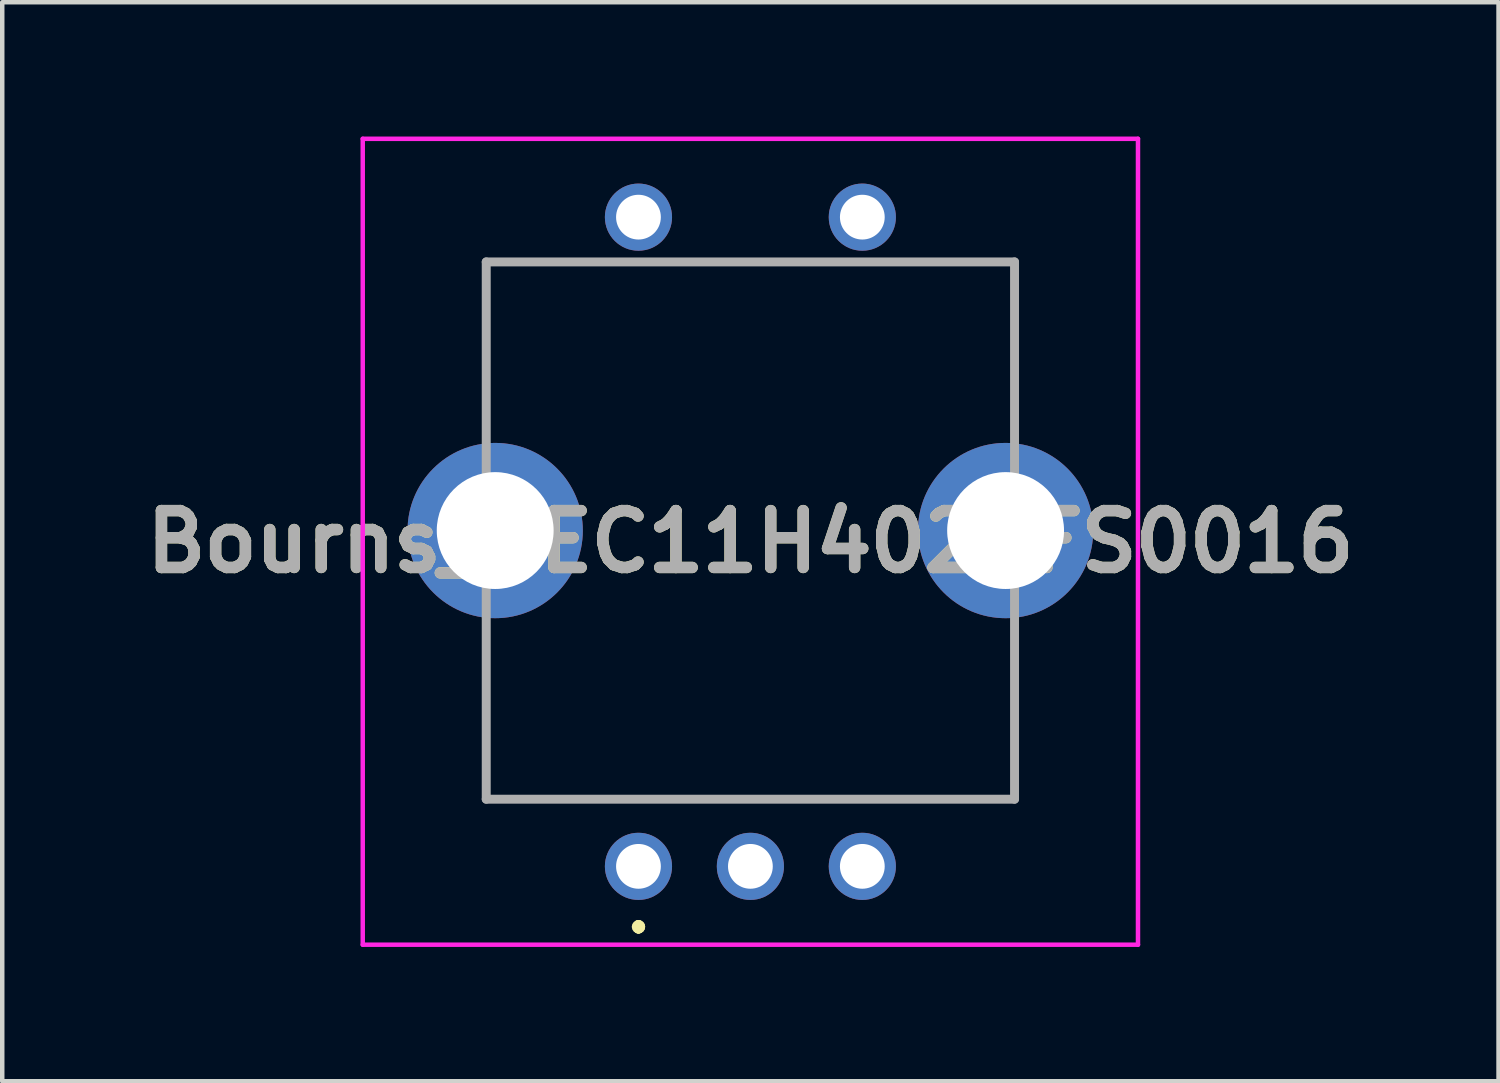
<source format=kicad_pcb>
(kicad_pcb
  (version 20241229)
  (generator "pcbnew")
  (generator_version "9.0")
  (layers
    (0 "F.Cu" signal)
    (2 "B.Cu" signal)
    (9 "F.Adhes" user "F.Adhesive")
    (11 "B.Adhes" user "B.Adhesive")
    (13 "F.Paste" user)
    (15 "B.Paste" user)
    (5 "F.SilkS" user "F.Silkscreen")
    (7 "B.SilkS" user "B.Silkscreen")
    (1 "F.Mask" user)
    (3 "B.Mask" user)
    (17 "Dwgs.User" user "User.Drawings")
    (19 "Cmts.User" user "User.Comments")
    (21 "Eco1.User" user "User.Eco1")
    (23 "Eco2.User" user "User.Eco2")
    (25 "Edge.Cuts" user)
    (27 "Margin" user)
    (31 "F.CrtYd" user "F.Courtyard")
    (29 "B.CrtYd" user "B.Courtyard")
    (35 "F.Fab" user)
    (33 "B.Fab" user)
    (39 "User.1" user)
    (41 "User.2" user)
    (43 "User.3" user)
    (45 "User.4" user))
  (footprint "Bourns_PEC11H4025FS0016"
    (layer "F.Cu")
    (at 11.21 16.3)
    (property "Reference" "Bourns_PEC11H4025FS0016" (at 2.5 -7.25 0) (layer "F.SilkS") (effects (font (size 1.27 1.27) (thickness 0.254))))
    (attr through_hole)
    (fp_line (start -3.4 -13.5) (end -3.4 -13.5) (stroke (width 0.1) (type solid)) (layer "F.SilkS"))
    (fp_line (start -3.4 -13.5) (end -3.4 -13.5) (stroke (width 0.1) (type solid)) (layer "F.SilkS"))
    (fp_line (start -3.4 -13.5) (end -3.4 -9.75) (stroke (width 0.1) (type solid)) (layer "F.SilkS"))
    (fp_line (start -3.4 -13.5) (end -1 -13.5) (stroke (width 0.1) (type solid)) (layer "F.SilkS"))
    (fp_line (start -3.4 -9.75) (end -3.4 -13.5) (stroke (width 0.1) (type solid)) (layer "F.SilkS"))
    (fp_line (start -3.4 -9.75) (end -3.4 -9.75) (stroke (width 0.1) (type solid)) (layer "F.SilkS"))
    (fp_line (start -3.4 -5.25) (end -3.4 -5.25) (stroke (width 0.1) (type solid)) (layer "F.SilkS"))
    (fp_line (start -3.4 -5.25) (end -3.4 -1.5) (stroke (width 0.1) (type solid)) (layer "F.SilkS"))
    (fp_line (start -3.4 -1.5) (end -3.4 -5.25) (stroke (width 0.1) (type solid)) (layer "F.SilkS"))
    (fp_line (start -3.4 -1.5) (end -3.4 -1.5) (stroke (width 0.1) (type solid)) (layer "F.SilkS"))
    (fp_line (start -3.4 -1.5) (end -3.4 -1.5) (stroke (width 0.1) (type solid)) (layer "F.SilkS"))
    (fp_line (start -3.4 -1.5) (end 8.4 -1.5) (stroke (width 0.1) (type solid)) (layer "F.SilkS"))
    (fp_line (start -1 -13.5) (end -3.4 -13.5) (stroke (width 0.1) (type solid)) (layer "F.SilkS"))
    (fp_line (start -1 -13.5) (end -1 -13.5) (stroke (width 0.1) (type solid)) (layer "F.SilkS"))
    (fp_line (start 0 1.3) (end 0 1.3) (stroke (width 0.2) (type solid)) (layer "F.SilkS"))
    (fp_line (start 0 1.4) (end 0 1.4) (stroke (width 0.2) (type solid)) (layer "F.SilkS"))
    (fp_line (start 0 1.4) (end 0 1.4) (stroke (width 0.2) (type solid)) (layer "F.SilkS"))
    (fp_line (start 1 -13.5) (end 1 -13.5) (stroke (width 0.1) (type solid)) (layer "F.SilkS"))
    (fp_line (start 1 -13.5) (end 4 -13.5) (stroke (width 0.1) (type solid)) (layer "F.SilkS"))
    (fp_line (start 4 -13.5) (end 1 -13.5) (stroke (width 0.1) (type solid)) (layer "F.SilkS"))
    (fp_line (start 4 -13.5) (end 4 -13.5) (stroke (width 0.1) (type solid)) (layer "F.SilkS"))
    (fp_line (start 6 -13.5) (end 6 -13.5) (stroke (width 0.1) (type solid)) (layer "F.SilkS"))
    (fp_line (start 6 -13.5) (end 8.4 -13.5) (stroke (width 0.1) (type solid)) (layer "F.SilkS"))
    (fp_line (start 8.4 -13.5) (end 6 -13.5) (stroke (width 0.1) (type solid)) (layer "F.SilkS"))
    (fp_line (start 8.4 -13.5) (end 8.4 -13.5) (stroke (width 0.1) (type solid)) (layer "F.SilkS"))
    (fp_line (start 8.4 -13.5) (end 8.4 -13.5) (stroke (width 0.1) (type solid)) (layer "F.SilkS"))
    (fp_line (start 8.4 -13.5) (end 8.4 -9.75) (stroke (width 0.1) (type solid)) (layer "F.SilkS"))
    (fp_line (start 8.4 -9.75) (end 8.4 -13.5) (stroke (width 0.1) (type solid)) (layer "F.SilkS"))
    (fp_line (start 8.4 -9.75) (end 8.4 -9.75) (stroke (width 0.1) (type solid)) (layer "F.SilkS"))
    (fp_line (start 8.4 -5.25) (end 8.4 -5.25) (stroke (width 0.1) (type solid)) (layer "F.SilkS"))
    (fp_line (start 8.4 -5.25) (end 8.4 -1.5) (stroke (width 0.1) (type solid)) (layer "F.SilkS"))
    (fp_line (start 8.4 -1.5) (end -3.4 -1.5) (stroke (width 0.1) (type solid)) (layer "F.SilkS"))
    (fp_line (start 8.4 -1.5) (end 8.4 -5.25) (stroke (width 0.1) (type solid)) (layer "F.SilkS"))
    (fp_line (start 8.4 -1.5) (end 8.4 -1.5) (stroke (width 0.1) (type solid)) (layer "F.SilkS"))
    (fp_line (start 8.4 -1.5) (end 8.4 -1.5) (stroke (width 0.1) (type solid)) (layer "F.SilkS"))
    (fp_arc (start 0 1.3) (mid 0.05 1.35) (end 0 1.4) (stroke (width 0.2) (type solid)) (layer "F.SilkS"))
    (fp_arc (start 0 1.3) (mid 0.05 1.35) (end 0 1.4) (stroke (width 0.2) (type solid)) (layer "F.SilkS"))
    (fp_arc (start 0 1.4) (mid -0.05 1.35) (end 0 1.3) (stroke (width 0.2) (type solid)) (layer "F.SilkS"))
    (fp_line (start -6.158 -16.25) (end 11.157 -16.25) (stroke (width 0.1) (type solid)) (layer "F.CrtYd"))
    (fp_line (start -6.158 1.75) (end -6.158 -16.25) (stroke (width 0.1) (type solid)) (layer "F.CrtYd"))
    (fp_line (start 11.157 -16.25) (end 11.157 1.75) (stroke (width 0.1) (type solid)) (layer "F.CrtYd"))
    (fp_line (start 11.157 1.75) (end -6.158 1.75) (stroke (width 0.1) (type solid)) (layer "F.CrtYd"))
    (fp_line (start -3.4 -13.5) (end -3.4 -1.5) (stroke (width 0.2) (type solid)) (layer "F.Fab"))
    (fp_line (start -3.4 -1.5) (end 8.4 -1.5) (stroke (width 0.2) (type solid)) (layer "F.Fab"))
    (fp_line (start 8.4 -13.5) (end -3.4 -13.5) (stroke (width 0.2) (type solid)) (layer "F.Fab"))
    (fp_line (start 8.4 -1.5) (end 8.4 -13.5) (stroke (width 0.2) (type solid)) (layer "F.Fab"))
    (fp_text user "${REFERENCE}" (at 2.5 -7.25 0) (layer "F.Fab") (effects (font (size 1.27 1.27) (thickness 0.254))))
    (pad "A1" thru_hole circle (at 0 0) (size 1.5 1.5) (drill 1) (layers "*.Cu" "*.Mask"))
    (pad "B1" thru_hole circle (at 5 0) (size 1.5 1.5) (drill 1) (layers "*.Cu" "*.Mask"))
    (pad "C1" thru_hole circle (at 2.5 0) (size 1.5 1.5) (drill 1) (layers "*.Cu" "*.Mask"))
    (pad "MH1" thru_hole circle (at -3.2 -7.5) (size 3.915 3.915) (drill 2.61) (layers "*.Cu" "*.Mask"))
    (pad "MH2" thru_hole circle (at 8.2 -7.5) (size 3.915 3.915) (drill 2.61) (layers "*.Cu" "*.Mask"))
    (pad "S1" thru_hole circle (at 0 -14.5) (size 1.5 1.5) (drill 1) (layers "*.Cu" "*.Mask"))
    (pad "W1" thru_hole circle (at 5 -14.5) (size 1.5 1.5) (drill 1) (layers "*.Cu" "*.Mask")))
  (gr_rect
    (start -3 -3)
    (end 30.42 21.1)
    (stroke (width 0.1) (type default))
    (fill no)
    (layer "Edge.Cuts")))
</source>
